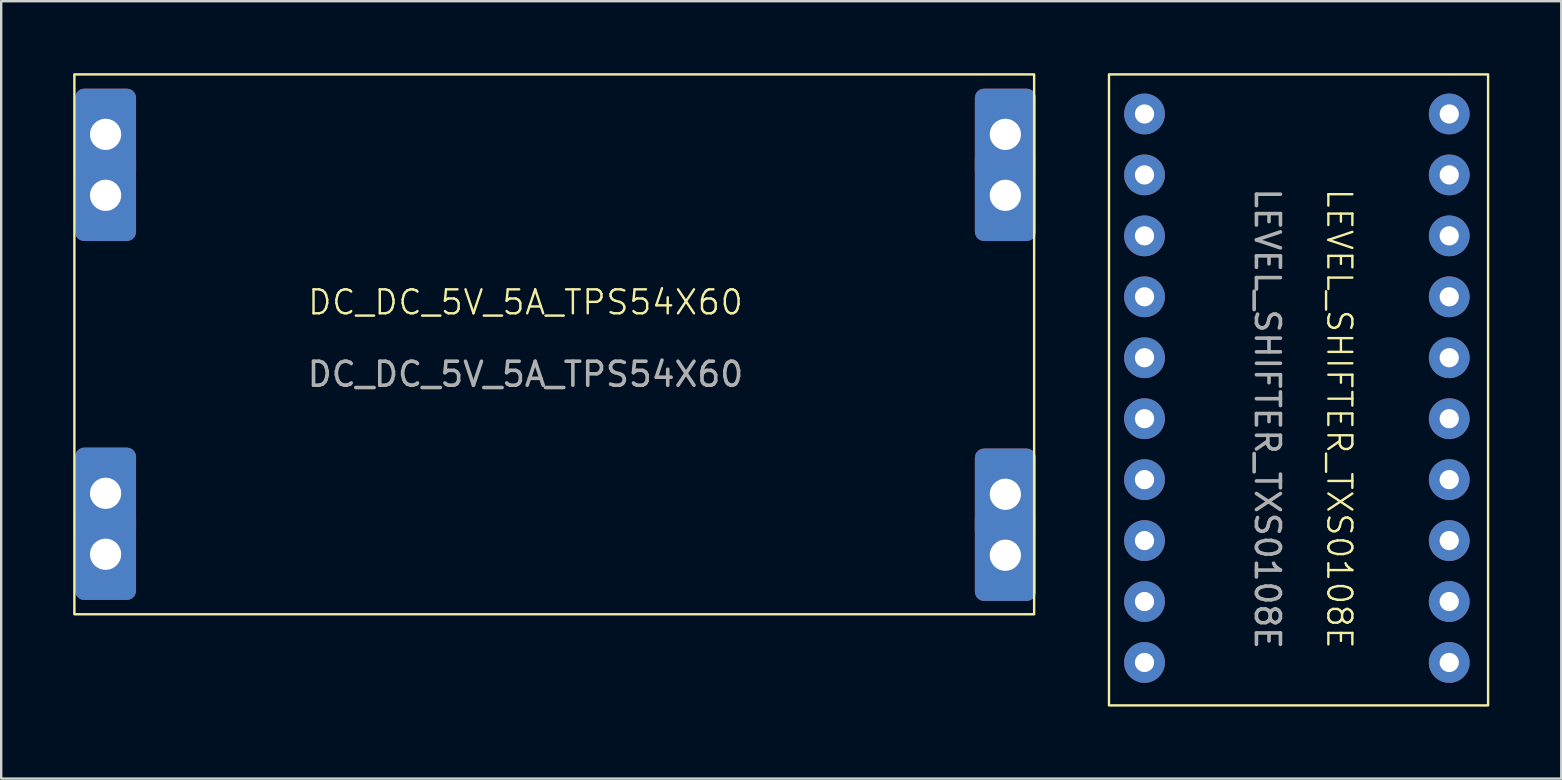
<source format=kicad_pcb>
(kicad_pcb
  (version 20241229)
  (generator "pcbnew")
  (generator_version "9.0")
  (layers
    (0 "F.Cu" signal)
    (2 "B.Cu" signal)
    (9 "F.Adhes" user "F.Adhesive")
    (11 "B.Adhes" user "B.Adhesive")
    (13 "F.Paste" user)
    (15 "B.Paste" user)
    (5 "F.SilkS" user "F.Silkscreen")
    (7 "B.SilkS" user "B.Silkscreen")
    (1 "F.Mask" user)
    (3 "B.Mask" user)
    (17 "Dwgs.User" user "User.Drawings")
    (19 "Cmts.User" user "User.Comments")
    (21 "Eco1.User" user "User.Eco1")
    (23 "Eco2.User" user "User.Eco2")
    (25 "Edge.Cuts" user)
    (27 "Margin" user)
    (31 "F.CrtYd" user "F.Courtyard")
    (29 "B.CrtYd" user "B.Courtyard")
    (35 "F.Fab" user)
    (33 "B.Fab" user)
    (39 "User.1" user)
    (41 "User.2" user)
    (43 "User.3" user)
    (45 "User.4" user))
  (footprint "DC_DC_5V_5A_TPS54X60"
    (layer "F.Cu")
    (at 18.85 10.05)
    (property "Reference" "DC_DC_5V_5A_TPS54X60" (at 0 -0.5 0) (unlocked yes) (layer "F.SilkS") (effects (font (size 1 1) (thickness 0.1))))
    (attr through_hole)
    (fp_rect (start -18.8 -10) (end 21.2 12.5) (stroke (width 0.1) (type solid)) (fill no) (layer "F.SilkS"))
    (fp_text user "${REFERENCE}" (at 0 2.5 0) (unlocked yes) (layer "F.Fab") (effects (font (size 1 1) (thickness 0.15))))
    (pad "1" thru_hole roundrect (at -17.5 7.46) (size 2.54 3.81) (drill 1.3) (layers "*.Cu" "*.Mask") (roundrect_rratio 0.15))
    (pad "1" thru_hole roundrect (at -17.5 10) (size 2.54 3.81) (drill 1.3) (layers "*.Cu" "*.Mask") (roundrect_rratio 0.15))
    (pad "2" thru_hole roundrect (at -17.5 -7.5) (size 2.54 3.81) (drill 1.3) (layers "*.Cu" "*.Mask") (roundrect_rratio 0.15))
    (pad "2" thru_hole roundrect (at -17.5 -4.96) (size 2.54 3.81) (drill 1.3) (layers "*.Cu" "*.Mask") (roundrect_rratio 0.15))
    (pad "3" thru_hole roundrect (at 20 7.5) (size 2.54 3.81) (drill 1.3) (layers "*.Cu" "*.Mask") (roundrect_rratio 0.15))
    (pad "3" thru_hole roundrect (at 20 10.04) (size 2.54 3.81) (drill 1.3) (layers "*.Cu" "*.Mask") (roundrect_rratio 0.15))
    (pad "4" thru_hole roundrect (at 20 -7.5) (size 2.54 3.81) (drill 1.3) (layers "*.Cu" "*.Mask") (roundrect_rratio 0.15))
    (pad "4" thru_hole roundrect (at 20 -4.96) (size 2.54 3.81) (drill 1.3) (layers "*.Cu" "*.Mask") (roundrect_rratio 0.15)))
  (footprint "LEVEL_SHIFTER_TXS0108E"
    (layer "F.Cu")
    (at 52.27 12)
    (property "Reference" "LEVEL_SHIFTER_TXS0108E" (at 0.5 2.4 270) (unlocked yes) (layer "F.SilkS") (effects (font (size 1 1) (thickness 0.1))))
    (attr through_hole)
    (fp_rect (start -9.1 -11.95) (end 6.7 14.35) (stroke (width 0.1) (type solid)) (fill no) (layer "F.SilkS"))
    (fp_text user "${REFERENCE}" (at -2.5 2.4 270) (unlocked yes) (layer "F.Fab") (effects (font (size 1 1) (thickness 0.15))))
    (pad "1" thru_hole circle (at -7.62 -10.3) (size 1.7 1.7) (drill 0.8) (layers "*.Cu" "*.Mask"))
    (pad "2" thru_hole circle (at -7.62 -7.76) (size 1.7 1.7) (drill 0.8) (layers "*.Cu" "*.Mask"))
    (pad "3" thru_hole circle (at -7.62 -5.22) (size 1.7 1.7) (drill 0.8) (layers "*.Cu" "*.Mask"))
    (pad "4" thru_hole circle (at -7.62 -2.68) (size 1.7 1.7) (drill 0.8) (layers "*.Cu" "*.Mask"))
    (pad "5" thru_hole circle (at -7.62 -0.14) (size 1.7 1.7) (drill 0.8) (layers "*.Cu" "*.Mask"))
    (pad "6" thru_hole circle (at -7.62 2.4) (size 1.7 1.7) (drill 0.8) (layers "*.Cu" "*.Mask"))
    (pad "7" thru_hole circle (at -7.62 4.94) (size 1.7 1.7) (drill 0.8) (layers "*.Cu" "*.Mask"))
    (pad "8" thru_hole circle (at -7.62 7.48) (size 1.7 1.7) (drill 0.8) (layers "*.Cu" "*.Mask"))
    (pad "9" thru_hole circle (at -7.62 10.02) (size 1.7 1.7) (drill 0.8) (layers "*.Cu" "*.Mask"))
    (pad "10" thru_hole circle (at -7.62 12.56) (size 1.7 1.7) (drill 0.8) (layers "*.Cu" "*.Mask"))
    (pad "11" thru_hole circle (at 5.08 -10.3) (size 1.7 1.7) (drill 0.8) (layers "*.Cu" "*.Mask"))
    (pad "12" thru_hole circle (at 5.08 -7.76) (size 1.7 1.7) (drill 0.8) (layers "*.Cu" "*.Mask"))
    (pad "13" thru_hole circle (at 5.08 -5.22) (size 1.7 1.7) (drill 0.8) (layers "*.Cu" "*.Mask"))
    (pad "14" thru_hole circle (at 5.08 -2.68) (size 1.7 1.7) (drill 0.8) (layers "*.Cu" "*.Mask"))
    (pad "15" thru_hole circle (at 5.08 -0.14) (size 1.7 1.7) (drill 0.8) (layers "*.Cu" "*.Mask"))
    (pad "16" thru_hole circle (at 5.08 2.4) (size 1.7 1.7) (drill 0.8) (layers "*.Cu" "*.Mask"))
    (pad "17" thru_hole circle (at 5.08 4.94) (size 1.7 1.7) (drill 0.8) (layers "*.Cu" "*.Mask"))
    (pad "18" thru_hole circle (at 5.08 7.48) (size 1.7 1.7) (drill 0.8) (layers "*.Cu" "*.Mask"))
    (pad "19" thru_hole circle (at 5.08 10.02) (size 1.7 1.7) (drill 0.8) (layers "*.Cu" "*.Mask"))
    (pad "20" thru_hole circle (at 5.08 12.56 270) (size 1.7 1.7) (drill 0.8) (layers "*.Cu" "*.Mask")))
  (gr_rect
    (start -3 -3)
    (end 62.02 29.4)
    (stroke (width 0.1) (type default))
    (fill no)
    (layer "Edge.Cuts")))
</source>
